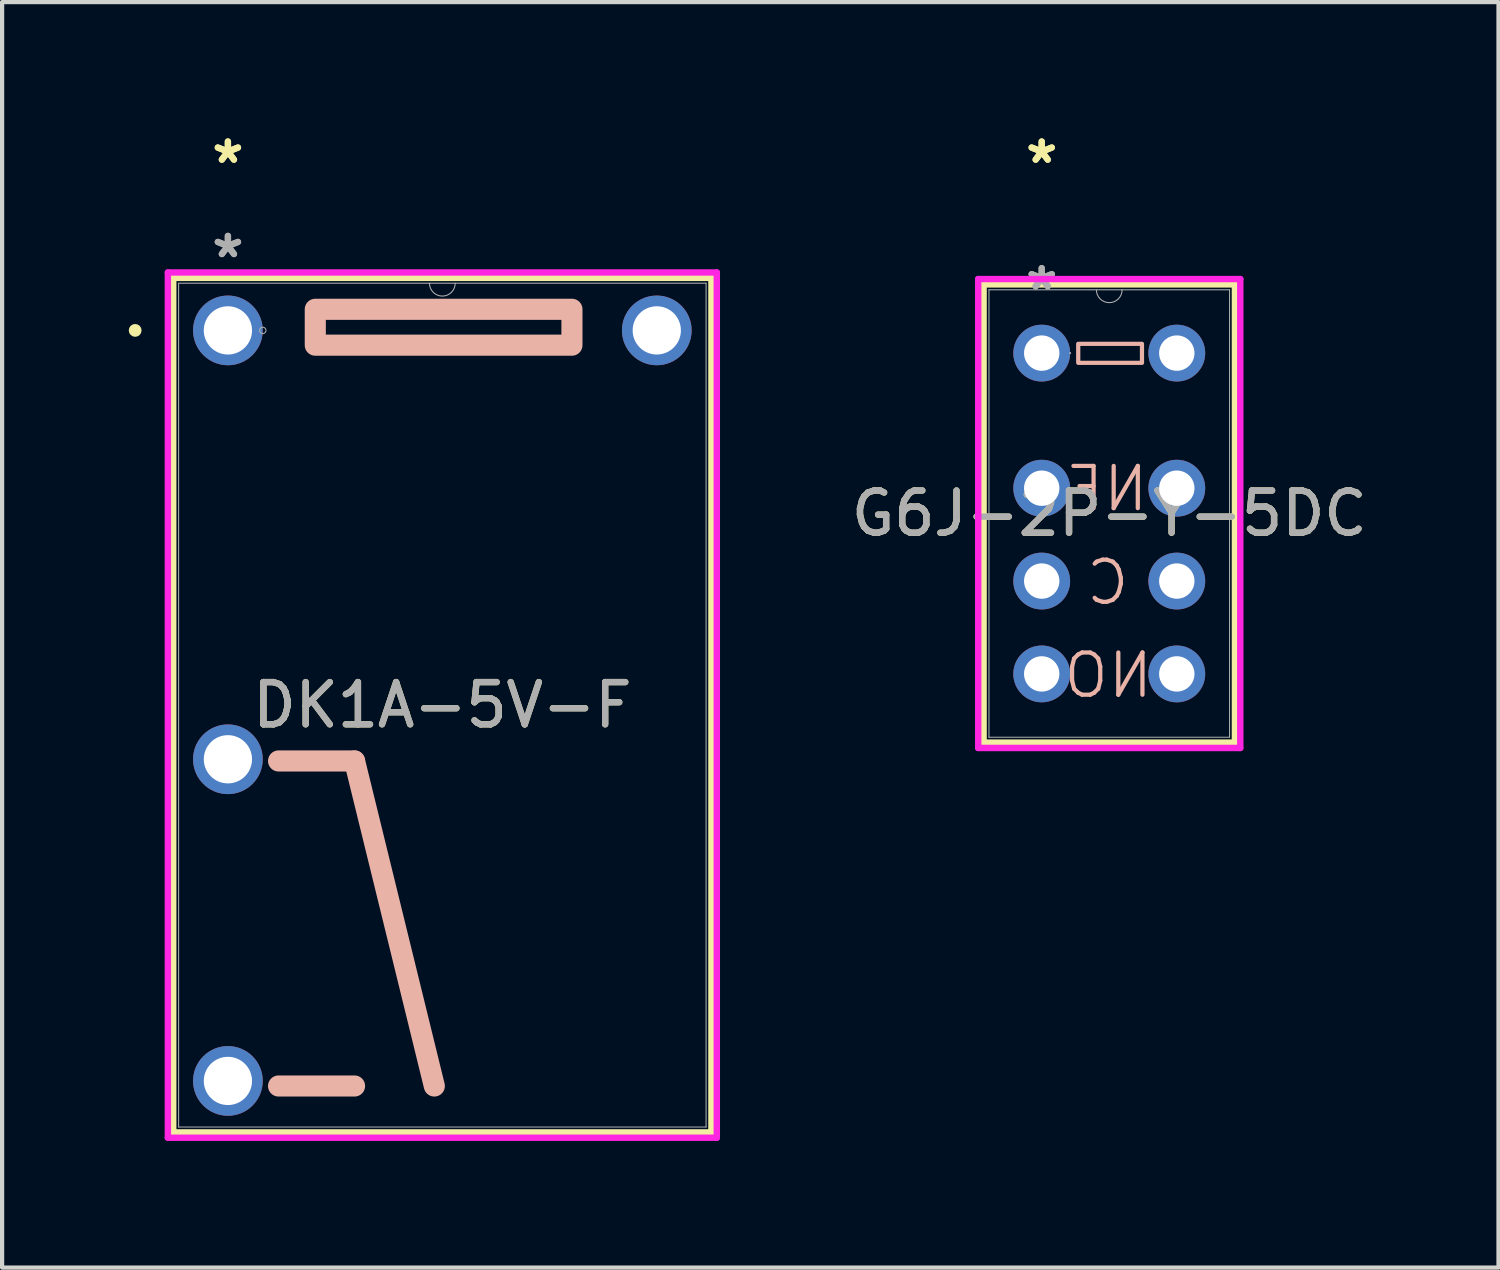
<source format=kicad_pcb>
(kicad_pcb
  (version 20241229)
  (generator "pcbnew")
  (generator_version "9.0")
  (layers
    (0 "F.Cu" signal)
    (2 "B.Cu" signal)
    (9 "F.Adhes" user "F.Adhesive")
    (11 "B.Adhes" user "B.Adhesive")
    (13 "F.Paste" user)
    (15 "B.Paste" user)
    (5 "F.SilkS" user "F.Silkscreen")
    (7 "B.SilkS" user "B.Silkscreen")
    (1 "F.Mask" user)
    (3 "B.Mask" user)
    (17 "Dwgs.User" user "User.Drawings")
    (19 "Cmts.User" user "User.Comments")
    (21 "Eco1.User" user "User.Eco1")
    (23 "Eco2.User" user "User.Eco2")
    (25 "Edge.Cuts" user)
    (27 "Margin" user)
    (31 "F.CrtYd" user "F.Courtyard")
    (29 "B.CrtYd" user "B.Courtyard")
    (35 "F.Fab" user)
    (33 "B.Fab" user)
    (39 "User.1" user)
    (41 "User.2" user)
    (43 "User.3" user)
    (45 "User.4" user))
  (footprint "G6J-2P-Y-5DC"
    (layer "F.Cu")
    (at 24.828 12.915)
    (property "Reference" "G6J-2P-Y-5DC" (at -1.6 -3.8 0) (unlocked yes) (layer "F.SilkS") (effects (font (size 1 1) (thickness 0.15))))
    (attr through_hole)
    (fp_line (start -4.577 -9.227) (end -4.577 1.627) (stroke (width 0.152) (type solid)) (layer "F.SilkS"))
    (fp_line (start -4.577 1.627) (end 1.377 1.627) (stroke (width 0.152) (type solid)) (layer "F.SilkS"))
    (fp_line (start 1.377 -9.227) (end -4.577 -9.227) (stroke (width 0.152) (type solid)) (layer "F.SilkS"))
    (fp_line (start 1.377 1.627) (end 1.377 -9.227) (stroke (width 0.152) (type solid)) (layer "F.SilkS"))
    (fp_rect (start -2.335 -7.82) (end -0.825 -7.37) (stroke (width 0.1) (type default)) (fill no) (layer "B.SilkS"))
    (fp_line (start -4.704 -9.354) (end 1.504 -9.354) (stroke (width 0.152) (type solid)) (layer "F.CrtYd"))
    (fp_line (start -4.704 1.754) (end -4.704 -9.354) (stroke (width 0.152) (type solid)) (layer "F.CrtYd"))
    (fp_line (start 1.504 -9.354) (end 1.504 1.754) (stroke (width 0.152) (type solid)) (layer "F.CrtYd"))
    (fp_line (start 1.504 1.754) (end -4.704 1.754) (stroke (width 0.152) (type solid)) (layer "F.CrtYd"))
    (fp_line (start -4.45 -9.1) (end -4.45 1.5) (stroke (width 0.025) (type solid)) (layer "F.Fab"))
    (fp_line (start -4.45 1.5) (end 1.25 1.5) (stroke (width 0.025) (type solid)) (layer "F.Fab"))
    (fp_line (start 1.25 -9.1) (end -4.45 -9.1) (stroke (width 0.025) (type solid)) (layer "F.Fab"))
    (fp_line (start 1.25 1.5) (end 1.25 -9.1) (stroke (width 0.025) (type solid)) (layer "F.Fab"))
    (fp_arc (start -1.295201 -9.099999) (mid -1.600001 -8.795199) (end -1.904801 -9.099999) (stroke (width 0.0254) (type solid)) (layer "F.Fab"))
    (fp_circle (center -2.527 -7.6) (end -2.527 -7.6) (stroke (width 0.025) (type solid)) (fill no) (layer "F.Fab"))
    (fp_text user "*" (at -3.2 -12.067 0) (layer "F.SilkS") (effects (font (size 1 1) (thickness 0.15))))
    (fp_text user "*" (at -3.2 -12.067 0) (unlocked yes) (layer "F.SilkS") (effects (font (size 1 1) (thickness 0.15))))
    (fp_text user "C" (at -1.07 -1.58 0) (unlocked yes) (layer "B.SilkS") (effects (font (size 1 1) (thickness 0.1)) (justify left bottom mirror)))
    (fp_text user "NO" (at -0.51 0.62 0) (unlocked yes) (layer "B.SilkS") (effects (font (size 1 1) (thickness 0.1)) (justify left bottom mirror)))
    (fp_text user "NF" (at -0.62 -3.8 0) (unlocked yes) (layer "B.SilkS") (effects (font (size 1 1) (thickness 0.1)) (justify left bottom mirror)))
    (fp_text user "${REFERENCE}" (at -1.6 -3.8 0) (unlocked yes) (layer "F.Fab") (effects (font (size 1 1) (thickness 0.15))))
    (fp_text user "*" (at -3.2 -9.067 0) (unlocked yes) (layer "F.Fab") (effects (font (size 1 1) (thickness 0.15))))
    (fp_text user "*" (at -3.2 -9.067 0) (layer "F.Fab") (effects (font (size 1 1) (thickness 0.15))))
    (pad "1" thru_hole circle (at -3.2 -7.6) (size 1.346 1.346) (drill 0.838) (layers "*.Cu" "*.Mask"))
    (pad "2" thru_hole circle (at -3.2 -4.4) (size 1.346 1.346) (drill 0.838) (layers "*.Cu" "*.Mask"))
    (pad "3" thru_hole circle (at -3.2 -2.2) (size 1.346 1.346) (drill 0.838) (layers "*.Cu" "*.Mask"))
    (pad "4" thru_hole circle (at -3.2 0.000003) (size 1.346 1.346) (drill 0.838) (layers "*.Cu" "*.Mask"))
    (pad "5" thru_hole circle (at -0.000001 0.000003) (size 1.346 1.346) (drill 0.838) (layers "*.Cu" "*.Mask"))
    (pad "6" thru_hole circle (at -0.000001 -2.2) (size 1.346 1.346) (drill 0.838) (layers "*.Cu" "*.Mask"))
    (pad "7" thru_hole circle (at -0.000001 -4.4) (size 1.346 1.346) (drill 0.838) (layers "*.Cu" "*.Mask"))
    (pad "8" thru_hole circle (at -0.000001 -7.6) (size 1.346 1.346) (drill 0.838) (layers "*.Cu" "*.Mask")))
  (footprint "DK1A-5V-F"
    (layer "F.Cu")
    (at 2.349 4.777)
    (property "Reference" "DK1A-5V-F" (at 5.08 8.877 0) (unlocked yes) (layer "F.SilkS") (effects (font (size 1 1) (thickness 0.15))))
    (attr through_hole)
    (fp_line (start -1.295 -1.245) (end -1.295 18.999) (stroke (width 0.152) (type solid)) (layer "F.SilkS"))
    (fp_line (start -1.295 18.999) (end 11.455 18.999) (stroke (width 0.152) (type solid)) (layer "F.SilkS"))
    (fp_line (start 11.455 -1.245) (end -1.295 -1.245) (stroke (width 0.152) (type solid)) (layer "F.SilkS"))
    (fp_line (start 11.455 18.999) (end 11.455 -1.245) (stroke (width 0.152) (type solid)) (layer "F.SilkS"))
    (fp_circle (center -2.197 0) (end -2.121 0) (stroke (width 0.152) (type solid)) (fill no) (layer "F.SilkS"))
    (fp_line (start 1.2 10.2) (end 3 10.2) (stroke (width 0.5) (type default)) (layer "B.SilkS"))
    (fp_line (start 1.2 17.9) (end 3 17.9) (stroke (width 0.5) (type default)) (layer "B.SilkS"))
    (fp_line (start 3 10.2) (end 4.89 17.9) (stroke (width 0.5) (type default)) (layer "B.SilkS"))
    (fp_rect (start 2.07 -0.5) (end 8.15 0.35) (stroke (width 0.5) (type default)) (fill no) (layer "B.SilkS"))
    (fp_line (start -1.422 -1.372) (end 11.582 -1.372) (stroke (width 0.152) (type solid)) (layer "F.CrtYd"))
    (fp_line (start -1.422 19.126) (end -1.422 -1.372) (stroke (width 0.152) (type solid)) (layer "F.CrtYd"))
    (fp_line (start 11.582 -1.372) (end 11.582 19.126) (stroke (width 0.152) (type solid)) (layer "F.CrtYd"))
    (fp_line (start 11.582 19.126) (end -1.422 19.126) (stroke (width 0.152) (type solid)) (layer "F.CrtYd"))
    (fp_line (start -1.168 -1.118) (end -1.168 18.872) (stroke (width 0.025) (type solid)) (layer "F.Fab"))
    (fp_line (start -1.168 18.872) (end 11.328 18.872) (stroke (width 0.025) (type solid)) (layer "F.Fab"))
    (fp_line (start 11.328 -1.118) (end -1.168 -1.118) (stroke (width 0.025) (type solid)) (layer "F.Fab"))
    (fp_line (start 11.328 18.872) (end 11.328 -1.118) (stroke (width 0.025) (type solid)) (layer "F.Fab"))
    (fp_arc (start 5.3848 -1.1176) (mid 5.08 -0.8128) (end 4.7752 -1.1176) (stroke (width 0.0254) (type solid)) (layer "F.Fab"))
    (fp_circle (center 0.826 0) (end 0.902 0) (stroke (width 0.025) (type solid)) (fill no) (layer "F.Fab"))
    (fp_text user "*" (at 0 -3.929 0) (layer "F.SilkS") (effects (font (size 1 1) (thickness 0.15))))
    (fp_text user "*" (at 0 -3.929 0) (unlocked yes) (layer "F.SilkS") (effects (font (size 1 1) (thickness 0.15))))
    (fp_text user "*" (at 0 -1.693 0) (unlocked yes) (layer "F.Fab") (effects (font (size 1 1) (thickness 0.15))))
    (fp_text user "*" (at 0 -1.693 0) (layer "F.Fab") (effects (font (size 1 1) (thickness 0.15))))
    (fp_text user "${REFERENCE}" (at 5.08 8.877 0) (unlocked yes) (layer "F.Fab") (effects (font (size 1 1) (thickness 0.15))))
    (pad "1" thru_hole circle (at 0 0) (size 1.651 1.651) (drill 1.143) (layers "*.Cu" "*.Mask"))
    (pad "3" thru_hole circle (at 0 10.16) (size 1.651 1.651) (drill 1.143) (layers "*.Cu" "*.Mask"))
    (pad "4" thru_hole circle (at 0 17.78) (size 1.651 1.651) (drill 1.143) (layers "*.Cu" "*.Mask"))
    (pad "6" thru_hole circle (at 10.16 0) (size 1.651 1.651) (drill 1.143) (layers "*.Cu" "*.Mask")))
  (gr_rect
    (start -3 -3)
    (end 32.449 26.979)
    (stroke (width 0.1) (type default))
    (fill no)
    (layer "Edge.Cuts")))
</source>
